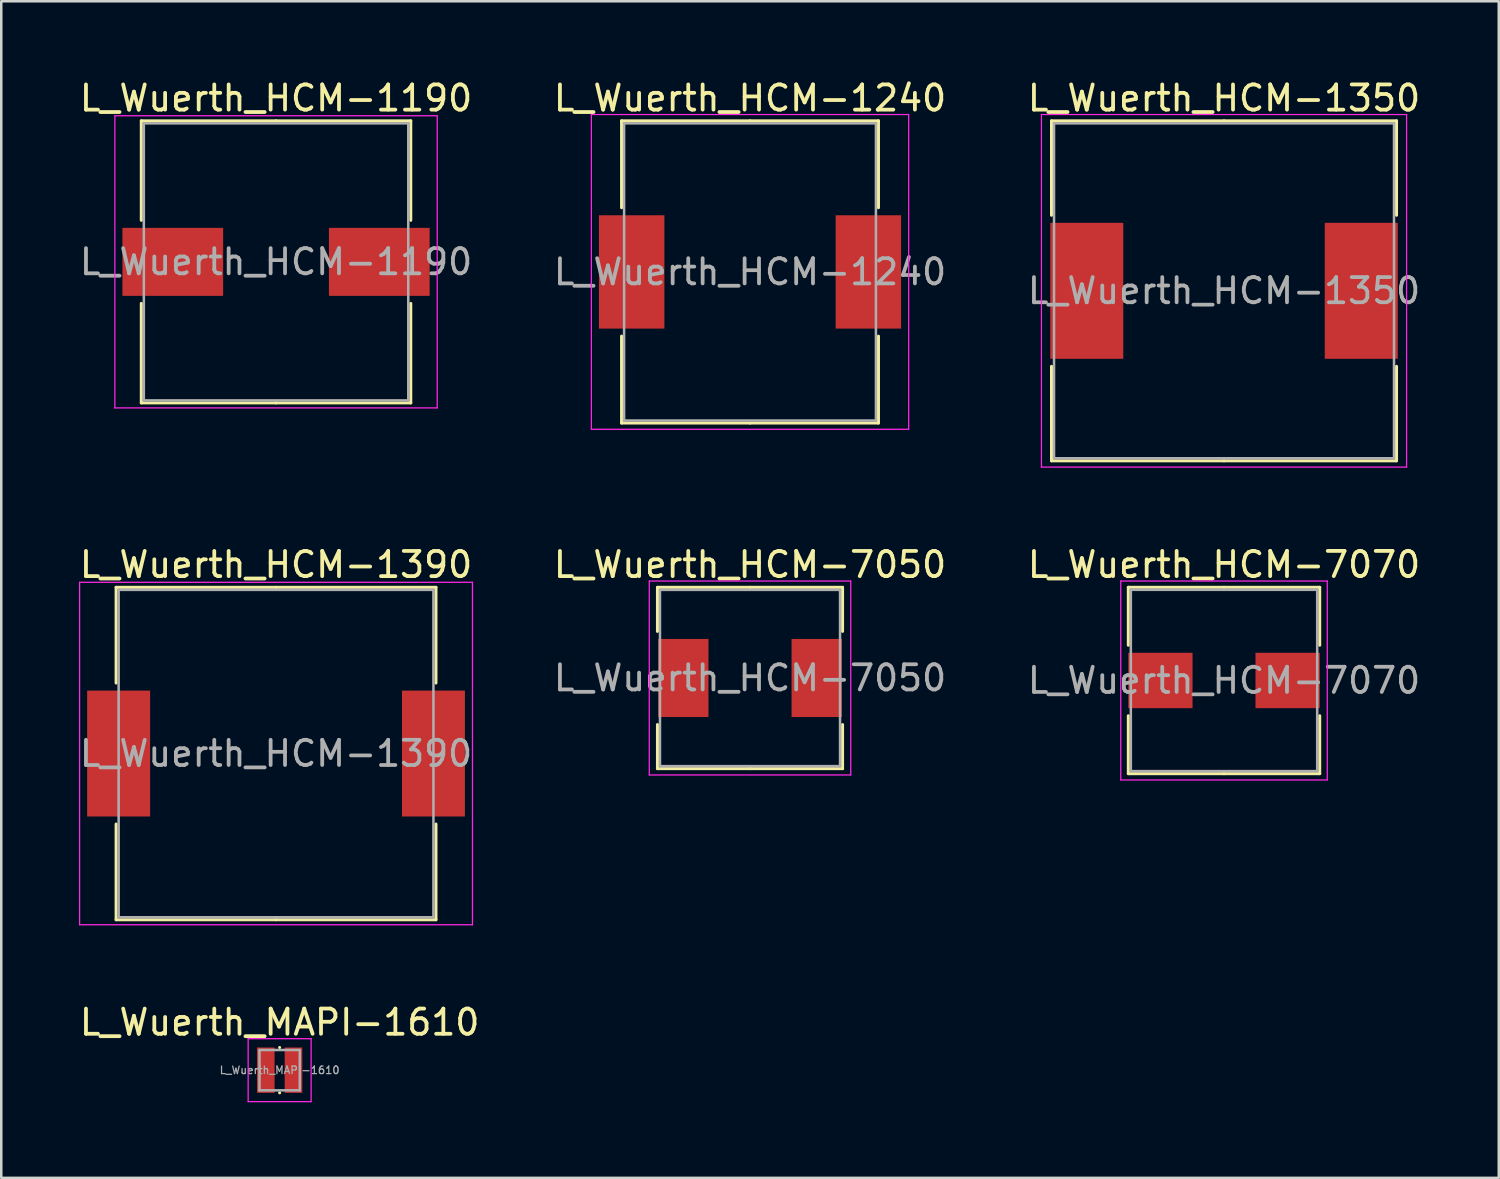
<source format=kicad_pcb>
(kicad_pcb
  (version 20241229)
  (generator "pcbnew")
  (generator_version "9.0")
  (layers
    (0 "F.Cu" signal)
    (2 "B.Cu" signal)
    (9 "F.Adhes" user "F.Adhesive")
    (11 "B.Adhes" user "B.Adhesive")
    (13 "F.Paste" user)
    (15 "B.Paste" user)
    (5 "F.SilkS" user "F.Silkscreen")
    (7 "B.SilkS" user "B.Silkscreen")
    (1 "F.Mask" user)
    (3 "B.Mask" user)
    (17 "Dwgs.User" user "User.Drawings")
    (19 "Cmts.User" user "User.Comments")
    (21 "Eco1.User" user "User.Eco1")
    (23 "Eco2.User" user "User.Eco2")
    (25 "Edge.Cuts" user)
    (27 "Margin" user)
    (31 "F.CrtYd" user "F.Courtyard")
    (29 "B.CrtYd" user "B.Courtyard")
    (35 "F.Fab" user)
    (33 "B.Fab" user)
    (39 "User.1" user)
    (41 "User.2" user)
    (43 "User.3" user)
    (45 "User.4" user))
  (footprint "L_Wuerth_HCM-1240"
    (layer "F.Cu")
    (at 26.732 7.748)
    (property "Reference" "L_Wuerth_HCM-1240" (at 0 -6.9 0) (layer "F.SilkS") (effects (font (size 1 1) (thickness 0.15))))
    (attr smd)
    (fp_line (start -5.1 -6) (end 0 -6) (stroke (width 0.12) (type solid)) (layer "F.SilkS"))
    (fp_line (start -5.1 -2.55) (end -5.1 -6) (stroke (width 0.12) (type solid)) (layer "F.SilkS"))
    (fp_line (start -5.1 2.55) (end -5.1 6) (stroke (width 0.12) (type solid)) (layer "F.SilkS"))
    (fp_line (start -5.1 6) (end 0 6) (stroke (width 0.12) (type solid)) (layer "F.SilkS"))
    (fp_line (start 5.1 -6) (end 0 -6) (stroke (width 0.12) (type solid)) (layer "F.SilkS"))
    (fp_line (start 5.1 -2.55) (end 5.1 -6) (stroke (width 0.12) (type solid)) (layer "F.SilkS"))
    (fp_line (start 5.1 2.55) (end 5.1 6) (stroke (width 0.12) (type solid)) (layer "F.SilkS"))
    (fp_line (start 5.1 6) (end 0 6) (stroke (width 0.12) (type solid)) (layer "F.SilkS"))
    (fp_line (start -6.3 -6.25) (end -6.3 6.25) (stroke (width 0.05) (type solid)) (layer "F.CrtYd"))
    (fp_line (start -6.3 6.25) (end 6.3 6.25) (stroke (width 0.05) (type solid)) (layer "F.CrtYd"))
    (fp_line (start 6.3 -6.25) (end -6.3 -6.25) (stroke (width 0.05) (type solid)) (layer "F.CrtYd"))
    (fp_line (start 6.3 6.25) (end 6.3 -6.25) (stroke (width 0.05) (type solid)) (layer "F.CrtYd"))
    (fp_line (start -5 -5.9) (end -5 5.9) (stroke (width 0.1) (type solid)) (layer "F.Fab"))
    (fp_line (start -5 5.9) (end 5 5.9) (stroke (width 0.1) (type solid)) (layer "F.Fab"))
    (fp_line (start 5 -5.9) (end -5 -5.9) (stroke (width 0.1) (type solid)) (layer "F.Fab"))
    (fp_line (start 5 5.9) (end 5 -5.9) (stroke (width 0.1) (type solid)) (layer "F.Fab"))
    (fp_text user "${REFERENCE}" (at 0 0 0) (layer "F.Fab") (effects (font (size 1 1) (thickness 0.15))))
    (pad "1" smd rect (at -4.7 0) (size 2.6 4.5) (layers "F.Cu" "F.Mask" "F.Paste"))
    (pad "2" smd rect (at 4.7 0) (size 2.6 4.5) (layers "F.Cu" "F.Mask" "F.Paste")))
  (footprint "L_Wuerth_HCM-7050"
    (layer "F.Cu")
    (at 26.732 23.872)
    (property "Reference" "L_Wuerth_HCM-7050" (at 0 -4.5 0) (layer "F.SilkS") (effects (font (size 1 1) (thickness 0.15))))
    (attr smd)
    (fp_line (start -3.675 -3.6) (end 0 -3.6) (stroke (width 0.12) (type solid)) (layer "F.SilkS"))
    (fp_line (start -3.675 -1.85) (end -3.675 -3.6) (stroke (width 0.12) (type solid)) (layer "F.SilkS"))
    (fp_line (start -3.675 1.85) (end -3.675 3.6) (stroke (width 0.12) (type solid)) (layer "F.SilkS"))
    (fp_line (start -3.675 3.6) (end 0 3.6) (stroke (width 0.12) (type solid)) (layer "F.SilkS"))
    (fp_line (start 3.675 -3.6) (end 0 -3.6) (stroke (width 0.12) (type solid)) (layer "F.SilkS"))
    (fp_line (start 3.675 -1.85) (end 3.675 -3.6) (stroke (width 0.12) (type solid)) (layer "F.SilkS"))
    (fp_line (start 3.675 1.85) (end 3.675 3.6) (stroke (width 0.12) (type solid)) (layer "F.SilkS"))
    (fp_line (start 3.675 3.6) (end 0 3.6) (stroke (width 0.12) (type solid)) (layer "F.SilkS"))
    (fp_line (start -4 -3.85) (end -4 3.85) (stroke (width 0.05) (type solid)) (layer "F.CrtYd"))
    (fp_line (start -4 3.85) (end 4 3.85) (stroke (width 0.05) (type solid)) (layer "F.CrtYd"))
    (fp_line (start 4 -3.85) (end -4 -3.85) (stroke (width 0.05) (type solid)) (layer "F.CrtYd"))
    (fp_line (start 4 3.85) (end 4 -3.85) (stroke (width 0.05) (type solid)) (layer "F.CrtYd"))
    (fp_line (start -3.575 -3.5) (end -3.575 3.5) (stroke (width 0.1) (type solid)) (layer "F.Fab"))
    (fp_line (start -3.575 3.5) (end 3.575 3.5) (stroke (width 0.1) (type solid)) (layer "F.Fab"))
    (fp_line (start 3.575 -3.5) (end -3.575 -3.5) (stroke (width 0.1) (type solid)) (layer "F.Fab"))
    (fp_line (start 3.575 3.5) (end 3.575 -3.5) (stroke (width 0.1) (type solid)) (layer "F.Fab"))
    (fp_text user "${REFERENCE}" (at 0 0 0) (layer "F.Fab") (effects (font (size 1 1) (thickness 0.15))))
    (pad "1" smd rect (at -2.65 0) (size 2 3.1) (layers "F.Cu" "F.Mask" "F.Paste"))
    (pad "2" smd rect (at 2.65 0) (size 2 3.1) (layers "F.Cu" "F.Mask" "F.Paste")))
  (footprint "L_Wuerth_HCM-1350"
    (layer "F.Cu")
    (at 45.554 8.498)
    (property "Reference" "L_Wuerth_HCM-1350" (at 0 -7.65 0) (layer "F.SilkS") (effects (font (size 1 1) (thickness 0.15))))
    (attr smd)
    (fp_line (start -6.85 -6.75) (end 0 -6.75) (stroke (width 0.12) (type solid)) (layer "F.SilkS"))
    (fp_line (start -6.85 -3) (end -6.85 -6.75) (stroke (width 0.12) (type solid)) (layer "F.SilkS"))
    (fp_line (start -6.85 3) (end -6.85 6.75) (stroke (width 0.12) (type solid)) (layer "F.SilkS"))
    (fp_line (start -6.85 6.75) (end 0 6.75) (stroke (width 0.12) (type solid)) (layer "F.SilkS"))
    (fp_line (start 6.85 -6.75) (end 0 -6.75) (stroke (width 0.12) (type solid)) (layer "F.SilkS"))
    (fp_line (start 6.85 -3) (end 6.85 -6.75) (stroke (width 0.12) (type solid)) (layer "F.SilkS"))
    (fp_line (start 6.85 3) (end 6.85 6.75) (stroke (width 0.12) (type solid)) (layer "F.SilkS"))
    (fp_line (start 6.85 6.75) (end 0 6.75) (stroke (width 0.12) (type solid)) (layer "F.SilkS"))
    (fp_line (start -7.25 -7) (end -7.25 7) (stroke (width 0.05) (type solid)) (layer "F.CrtYd"))
    (fp_line (start -7.25 7) (end 7.25 7) (stroke (width 0.05) (type solid)) (layer "F.CrtYd"))
    (fp_line (start 7.25 -7) (end -7.25 -7) (stroke (width 0.05) (type solid)) (layer "F.CrtYd"))
    (fp_line (start 7.25 7) (end 7.25 -7) (stroke (width 0.05) (type solid)) (layer "F.CrtYd"))
    (fp_line (start -6.75 -6.65) (end -6.75 6.65) (stroke (width 0.1) (type solid)) (layer "F.Fab"))
    (fp_line (start -6.75 6.65) (end 6.75 6.65) (stroke (width 0.1) (type solid)) (layer "F.Fab"))
    (fp_line (start 6.75 -6.65) (end -6.75 -6.65) (stroke (width 0.1) (type solid)) (layer "F.Fab"))
    (fp_line (start 6.75 6.65) (end 6.75 -6.65) (stroke (width 0.1) (type solid)) (layer "F.Fab"))
    (fp_text user "${REFERENCE}" (at 0 0 0) (layer "F.Fab") (effects (font (size 1 1) (thickness 0.15))))
    (pad "1" smd rect (at -5.45 0) (size 2.9 5.4) (layers "F.Cu" "F.Mask" "F.Paste"))
    (pad "2" smd rect (at 5.45 0) (size 2.9 5.4) (layers "F.Cu" "F.Mask" "F.Paste")))
  (footprint "L_Wuerth_HCM-1390"
    (layer "F.Cu")
    (at 7.911 26.872)
    (property "Reference" "L_Wuerth_HCM-1390" (at 0 -7.5 0) (layer "F.SilkS") (effects (font (size 1 1) (thickness 0.15))))
    (attr smd)
    (fp_line (start -6.35 -6.6) (end 0 -6.6) (stroke (width 0.12) (type solid)) (layer "F.SilkS"))
    (fp_line (start -6.35 -2.8) (end -6.35 -6.6) (stroke (width 0.12) (type solid)) (layer "F.SilkS"))
    (fp_line (start -6.35 2.8) (end -6.35 6.6) (stroke (width 0.12) (type solid)) (layer "F.SilkS"))
    (fp_line (start -6.35 6.6) (end 0 6.6) (stroke (width 0.12) (type solid)) (layer "F.SilkS"))
    (fp_line (start 6.35 -6.6) (end 0 -6.6) (stroke (width 0.12) (type solid)) (layer "F.SilkS"))
    (fp_line (start 6.35 -2.8) (end 6.35 -6.6) (stroke (width 0.12) (type solid)) (layer "F.SilkS"))
    (fp_line (start 6.35 2.8) (end 6.35 6.6) (stroke (width 0.12) (type solid)) (layer "F.SilkS"))
    (fp_line (start 6.35 6.6) (end 0 6.6) (stroke (width 0.12) (type solid)) (layer "F.SilkS"))
    (fp_line (start -7.8 -6.8) (end -7.8 6.8) (stroke (width 0.05) (type solid)) (layer "F.CrtYd"))
    (fp_line (start -7.8 6.8) (end 7.8 6.8) (stroke (width 0.05) (type solid)) (layer "F.CrtYd"))
    (fp_line (start 7.8 -6.8) (end -7.8 -6.8) (stroke (width 0.05) (type solid)) (layer "F.CrtYd"))
    (fp_line (start 7.8 6.8) (end 7.8 -6.8) (stroke (width 0.05) (type solid)) (layer "F.CrtYd"))
    (fp_line (start -6.25 -6.5) (end -6.25 6.5) (stroke (width 0.1) (type solid)) (layer "F.Fab"))
    (fp_line (start -6.25 6.5) (end 6.25 6.5) (stroke (width 0.1) (type solid)) (layer "F.Fab"))
    (fp_line (start 6.25 -6.5) (end -6.25 -6.5) (stroke (width 0.1) (type solid)) (layer "F.Fab"))
    (fp_line (start 6.25 6.5) (end 6.25 -6.5) (stroke (width 0.1) (type solid)) (layer "F.Fab"))
    (fp_text user "${REFERENCE}" (at 0 0 0) (layer "F.Fab") (effects (font (size 1 1) (thickness 0.15))))
    (pad "1" smd rect (at -6.25 0) (size 2.5 5) (layers "F.Cu" "F.Mask" "F.Paste"))
    (pad "2" smd rect (at 6.25 0) (size 2.5 5) (layers "F.Cu" "F.Mask" "F.Paste")))
  (footprint "L_Wuerth_HCM-7070"
    (layer "F.Cu")
    (at 45.554 23.971)
    (property "Reference" "L_Wuerth_HCM-7070" (at 0 -4.6 0) (layer "F.SilkS") (effects (font (size 1 1) (thickness 0.15))))
    (attr smd)
    (fp_line (start -3.8 -3.7) (end 0 -3.7) (stroke (width 0.12) (type solid)) (layer "F.SilkS"))
    (fp_line (start -3.8 -1.4) (end -3.8 -3.7) (stroke (width 0.12) (type solid)) (layer "F.SilkS"))
    (fp_line (start -3.8 1.4) (end -3.8 3.7) (stroke (width 0.12) (type solid)) (layer "F.SilkS"))
    (fp_line (start -3.8 3.7) (end 0 3.7) (stroke (width 0.12) (type solid)) (layer "F.SilkS"))
    (fp_line (start 3.8 -3.7) (end 0 -3.7) (stroke (width 0.12) (type solid)) (layer "F.SilkS"))
    (fp_line (start 3.8 -1.4) (end 3.8 -3.7) (stroke (width 0.12) (type solid)) (layer "F.SilkS"))
    (fp_line (start 3.8 1.4) (end 3.8 3.7) (stroke (width 0.12) (type solid)) (layer "F.SilkS"))
    (fp_line (start 3.8 3.7) (end 0 3.7) (stroke (width 0.12) (type solid)) (layer "F.SilkS"))
    (fp_line (start -4.1 -3.95) (end -4.1 3.95) (stroke (width 0.05) (type solid)) (layer "F.CrtYd"))
    (fp_line (start -4.1 3.95) (end 4.1 3.95) (stroke (width 0.05) (type solid)) (layer "F.CrtYd"))
    (fp_line (start 4.1 -3.95) (end -4.1 -3.95) (stroke (width 0.05) (type solid)) (layer "F.CrtYd"))
    (fp_line (start 4.1 3.95) (end 4.1 -3.95) (stroke (width 0.05) (type solid)) (layer "F.CrtYd"))
    (fp_line (start -3.7 -3.6) (end -3.7 3.6) (stroke (width 0.1) (type solid)) (layer "F.Fab"))
    (fp_line (start -3.7 3.6) (end 3.7 3.6) (stroke (width 0.1) (type solid)) (layer "F.Fab"))
    (fp_line (start 3.7 -3.6) (end -3.7 -3.6) (stroke (width 0.1) (type solid)) (layer "F.Fab"))
    (fp_line (start 3.7 3.6) (end 3.7 -3.6) (stroke (width 0.1) (type solid)) (layer "F.Fab"))
    (fp_text user "${REFERENCE}" (at 0 0 0) (layer "F.Fab") (effects (font (size 1 1) (thickness 0.15))))
    (pad "1" smd rect (at -2.525 0) (size 2.55 2.2) (layers "F.Cu" "F.Mask" "F.Paste"))
    (pad "2" smd rect (at 2.525 0) (size 2.55 2.2) (layers "F.Cu" "F.Mask" "F.Paste")))
  (footprint "L_Wuerth_HCM-1190"
    (layer "F.Cu")
    (at 7.911 7.348)
    (property "Reference" "L_Wuerth_HCM-1190" (at 0 -6.5 0) (layer "F.SilkS") (effects (font (size 1 1) (thickness 0.15))))
    (attr smd)
    (fp_line (start -5.35 -5.6) (end 0 -5.6) (stroke (width 0.12) (type solid)) (layer "F.SilkS"))
    (fp_line (start -5.35 -1.65) (end -5.35 -5.6) (stroke (width 0.12) (type solid)) (layer "F.SilkS"))
    (fp_line (start -5.35 1.65) (end -5.35 5.6) (stroke (width 0.12) (type solid)) (layer "F.SilkS"))
    (fp_line (start -5.35 5.6) (end 0 5.6) (stroke (width 0.12) (type solid)) (layer "F.SilkS"))
    (fp_line (start 5.35 -5.6) (end 0 -5.6) (stroke (width 0.12) (type solid)) (layer "F.SilkS"))
    (fp_line (start 5.35 -1.65) (end 5.35 -5.6) (stroke (width 0.12) (type solid)) (layer "F.SilkS"))
    (fp_line (start 5.35 1.65) (end 5.35 5.6) (stroke (width 0.12) (type solid)) (layer "F.SilkS"))
    (fp_line (start 5.35 5.6) (end 0 5.6) (stroke (width 0.12) (type solid)) (layer "F.SilkS"))
    (fp_line (start -6.4 -5.8) (end -6.4 5.8) (stroke (width 0.05) (type solid)) (layer "F.CrtYd"))
    (fp_line (start -6.4 5.8) (end 6.4 5.8) (stroke (width 0.05) (type solid)) (layer "F.CrtYd"))
    (fp_line (start 6.4 -5.8) (end -6.4 -5.8) (stroke (width 0.05) (type solid)) (layer "F.CrtYd"))
    (fp_line (start 6.4 5.8) (end 6.4 -5.8) (stroke (width 0.05) (type solid)) (layer "F.CrtYd"))
    (fp_line (start -5.25 -5.5) (end -5.25 5.5) (stroke (width 0.1) (type solid)) (layer "F.Fab"))
    (fp_line (start -5.25 5.5) (end 5.25 5.5) (stroke (width 0.1) (type solid)) (layer "F.Fab"))
    (fp_line (start 5.25 -5.5) (end -5.25 -5.5) (stroke (width 0.1) (type solid)) (layer "F.Fab"))
    (fp_line (start 5.25 5.5) (end 5.25 -5.5) (stroke (width 0.1) (type solid)) (layer "F.Fab"))
    (fp_text user "${REFERENCE}" (at 0 0 0) (layer "F.Fab") (effects (font (size 1 1) (thickness 0.15))))
    (pad "1" smd rect (at -4.1 0) (size 4 2.7) (layers "F.Cu" "F.Mask" "F.Paste"))
    (pad "2" smd rect (at 4.1 0) (size 4 2.7) (layers "F.Cu" "F.Mask" "F.Paste")))
  (footprint "L_Wuerth_MAPI-1610"
    (layer "F.Cu")
    (at 8.054 39.445)
    (property "Reference" "L_Wuerth_MAPI-1610" (at 0 -1.9 0) (layer "F.SilkS") (effects (font (size 1 1) (thickness 0.15))))
    (attr smd)
    (fp_line (start 0 -0.9) (end 0 -0.9) (stroke (width 0.12) (type solid)) (layer "F.SilkS"))
    (fp_line (start 0 0.9) (end 0 0.9) (stroke (width 0.12) (type solid)) (layer "F.SilkS"))
    (fp_line (start -1.25 -1.25) (end -1.25 1.25) (stroke (width 0.05) (type solid)) (layer "F.CrtYd"))
    (fp_line (start -1.25 1.25) (end 1.25 1.25) (stroke (width 0.05) (type solid)) (layer "F.CrtYd"))
    (fp_line (start 1.25 -1.25) (end -1.25 -1.25) (stroke (width 0.05) (type solid)) (layer "F.CrtYd"))
    (fp_line (start 1.25 1.25) (end 1.25 -1.25) (stroke (width 0.05) (type solid)) (layer "F.CrtYd"))
    (fp_line (start -0.8 -0.8) (end -0.8 0.8) (stroke (width 0.1) (type solid)) (layer "F.Fab"))
    (fp_line (start -0.8 0.8) (end 0.8 0.8) (stroke (width 0.1) (type solid)) (layer "F.Fab"))
    (fp_line (start 0.8 -0.8) (end -0.8 -0.8) (stroke (width 0.1) (type solid)) (layer "F.Fab"))
    (fp_line (start 0.8 0.8) (end 0.8 -0.8) (stroke (width 0.1) (type solid)) (layer "F.Fab"))
    (fp_text user "${REFERENCE}" (at 0 0 0) (layer "F.Fab") (effects (font (size 0.3 0.3) (thickness 0.05))))
    (pad "1" smd rect (at -0.55 0) (size 0.7 1.8) (layers "F.Cu" "F.Mask" "F.Paste"))
    (pad "2" smd rect (at 0.55 0) (size 0.7 1.8) (layers "F.Cu" "F.Mask" "F.Paste")))
  (gr_rect
    (start -3 -3)
    (end 56.464 43.72)
    (stroke (width 0.1) (type default))
    (fill no)
    (layer "Edge.Cuts")))
</source>
